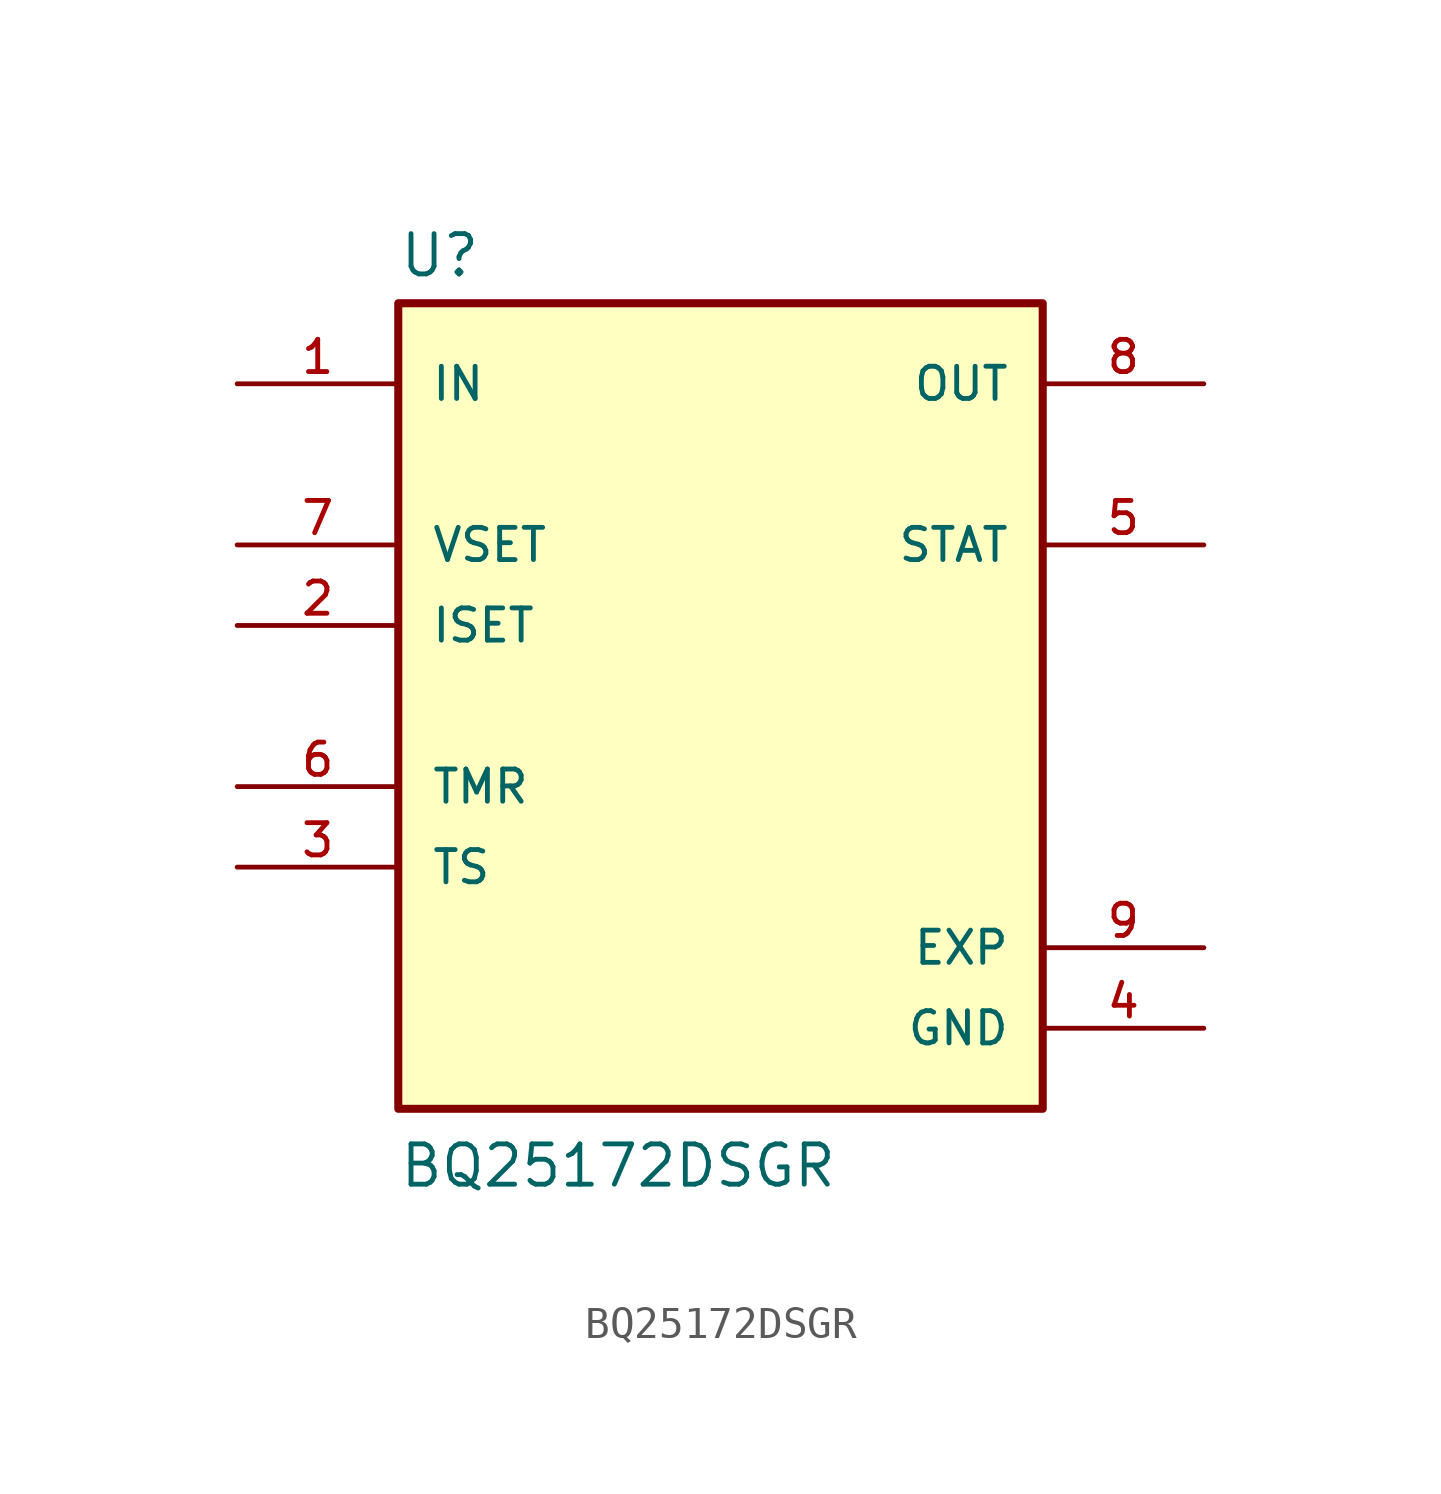
<source format=kicad_sym>
(kicad_symbol_lib
  (version 20211014)
  (generator kicad_symbol_editor)
  (symbol "BQ25172DSGR"
    (pin_names
      (offset 1.016))
    (property "Reference" "U"
      (at -10.16 13.462 0)
      (effects (font (size 1.27 1.27)) (justify bottom left)))
    (property "Value" "BQ25172DSGR"
      (at -10.16 -15.24 0)
      (effects (font (size 1.27 1.27)) (justify bottom left)))
    (symbol "BQ25172DSGR_0_0"
      (rectangle (start -10.16 -12.7) (end 10.16 12.7) (stroke (width 0.254)) (fill (type background)))
      (pin output line (at 15.24 5.08 180.0) (length 5.08) (name "STAT" (effects (font (size 1.016 1.016)))) (number "5" (effects (font (size 1.016 1.016)))))
      (pin input line (at -15.24 2.54 0) (length 5.08) (name "ISET" (effects (font (size 1.016 1.016)))) (number "2" (effects (font (size 1.016 1.016)))))
      (pin input line (at -15.24 -2.54 0) (length 5.08) (name "TMR" (effects (font (size 1.016 1.016)))) (number "6" (effects (font (size 1.016 1.016)))))
      (pin input line (at -15.24 5.08 0) (length 5.08) (name "VSET" (effects (font (size 1.016 1.016)))) (number "7" (effects (font (size 1.016 1.016)))))
      (pin input line (at -15.24 10.16 0) (length 5.08) (name "IN" (effects (font (size 1.016 1.016)))) (number "1" (effects (font (size 1.016 1.016)))))
      (pin power_in line (at 15.24 -10.16 180.0) (length 5.08) (name "GND" (effects (font (size 1.016 1.016)))) (number "4" (effects (font (size 1.016 1.016)))))
      (pin output line (at 15.24 10.16 180.0) (length 5.08) (name "OUT" (effects (font (size 1.016 1.016)))) (number "8" (effects (font (size 1.016 1.016)))))
      (pin input line (at -15.24 -5.08 0) (length 5.08) (name "TS" (effects (font (size 1.016 1.016)))) (number "3" (effects (font (size 1.016 1.016)))))
      (pin power_in line (at 15.24 -7.62 180.0) (length 5.08) (name "EXP" (effects (font (size 1.016 1.016)))) (number "9" (effects (font (size 1.016 1.016))))))))
</source>
